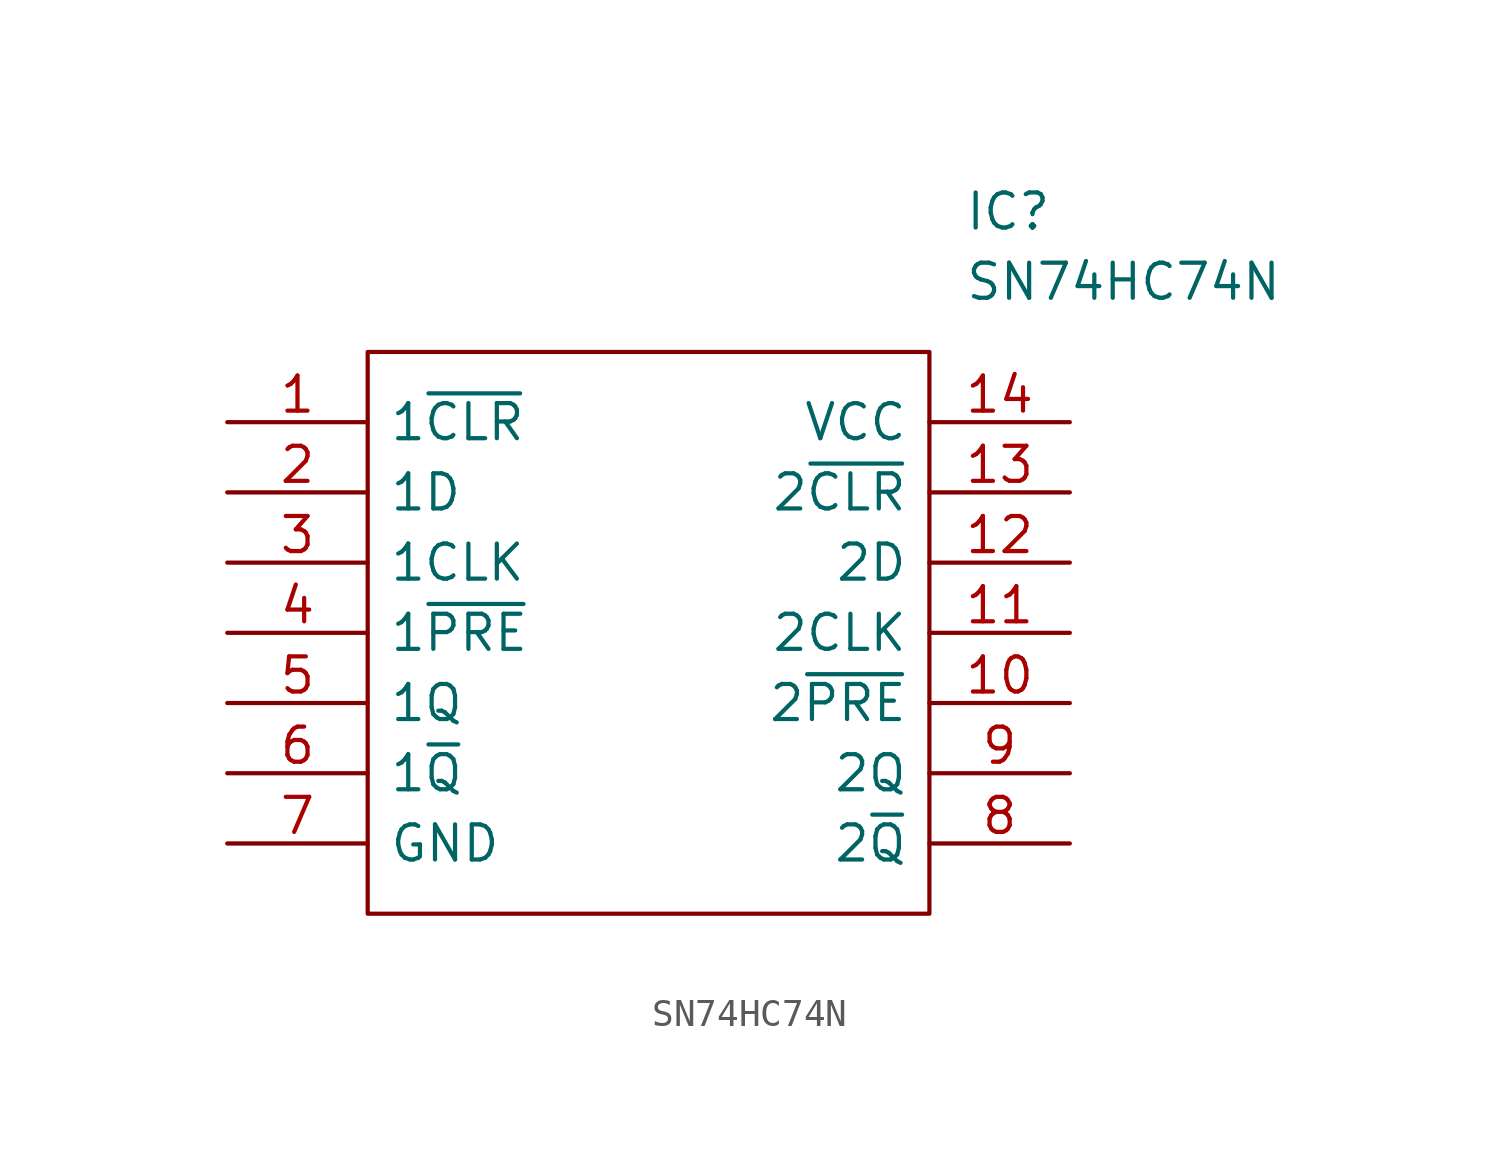
<source format=kicad_sym>
(kicad_symbol_lib
  (version 20211014)
  (generator kicad_symbol_editor)
  (symbol "SN74HC74N"
    (pin_names
      (offset 0.762))
    (property "Reference" "IC"
      (at 26.67 7.62 0)
      (effects (font (size 1.27 1.27)) (justify left)))
    (property "Value" "SN74HC74N"
      (at 26.67 5.08 0)
      (effects (font (size 1.27 1.27)) (justify left)))
    (symbol "SN74HC74N_0_0"
      (pin passive line (at 0 0 0) (length 5.08) (name "1~{CLR}" (effects (font (size 1.27 1.27)))) (number "1" (effects (font (size 1.27 1.27)))))
      (pin passive line (at 30.48 -10.16 180) (length 5.08) (name "2~{PRE}" (effects (font (size 1.27 1.27)))) (number "10" (effects (font (size 1.27 1.27)))))
      (pin passive line (at 30.48 -7.62 180) (length 5.08) (name "2CLK" (effects (font (size 1.27 1.27)))) (number "11" (effects (font (size 1.27 1.27)))))
      (pin passive line (at 30.48 -5.08 180) (length 5.08) (name "2D" (effects (font (size 1.27 1.27)))) (number "12" (effects (font (size 1.27 1.27)))))
      (pin passive line (at 30.48 -2.54 180) (length 5.08) (name "2~{CLR}" (effects (font (size 1.27 1.27)))) (number "13" (effects (font (size 1.27 1.27)))))
      (pin passive line (at 30.48 0 180) (length 5.08) (name "VCC" (effects (font (size 1.27 1.27)))) (number "14" (effects (font (size 1.27 1.27)))))
      (pin passive line (at 0 -2.54 0) (length 5.08) (name "1D" (effects (font (size 1.27 1.27)))) (number "2" (effects (font (size 1.27 1.27)))))
      (pin passive line (at 0 -5.08 0) (length 5.08) (name "1CLK" (effects (font (size 1.27 1.27)))) (number "3" (effects (font (size 1.27 1.27)))))
      (pin passive line (at 0 -7.62 0) (length 5.08) (name "1~{PRE}" (effects (font (size 1.27 1.27)))) (number "4" (effects (font (size 1.27 1.27)))))
      (pin passive line (at 0 -10.16 0) (length 5.08) (name "1Q" (effects (font (size 1.27 1.27)))) (number "5" (effects (font (size 1.27 1.27)))))
      (pin passive line (at 0 -12.7 0) (length 5.08) (name "1~{Q}" (effects (font (size 1.27 1.27)))) (number "6" (effects (font (size 1.27 1.27)))))
      (pin passive line (at 0 -15.24 0) (length 5.08) (name "GND" (effects (font (size 1.27 1.27)))) (number "7" (effects (font (size 1.27 1.27)))))
      (pin passive line (at 30.48 -15.24 180) (length 5.08) (name "2~{Q}" (effects (font (size 1.27 1.27)))) (number "8" (effects (font (size 1.27 1.27)))))
      (pin passive line (at 30.48 -12.7 180) (length 5.08) (name "2Q" (effects (font (size 1.27 1.27)))) (number "9" (effects (font (size 1.27 1.27))))))
    (symbol "SN74HC74N_0_1"
      (polyline (pts (xy 5.08 2.54) (xy 25.4 2.54) (xy 25.4 -17.78) (xy 5.08 -17.78) (xy 5.08 2.54)) (stroke (width 0.152) (type default) (color 0 0 0 0)) (fill (type none))))))
</source>
